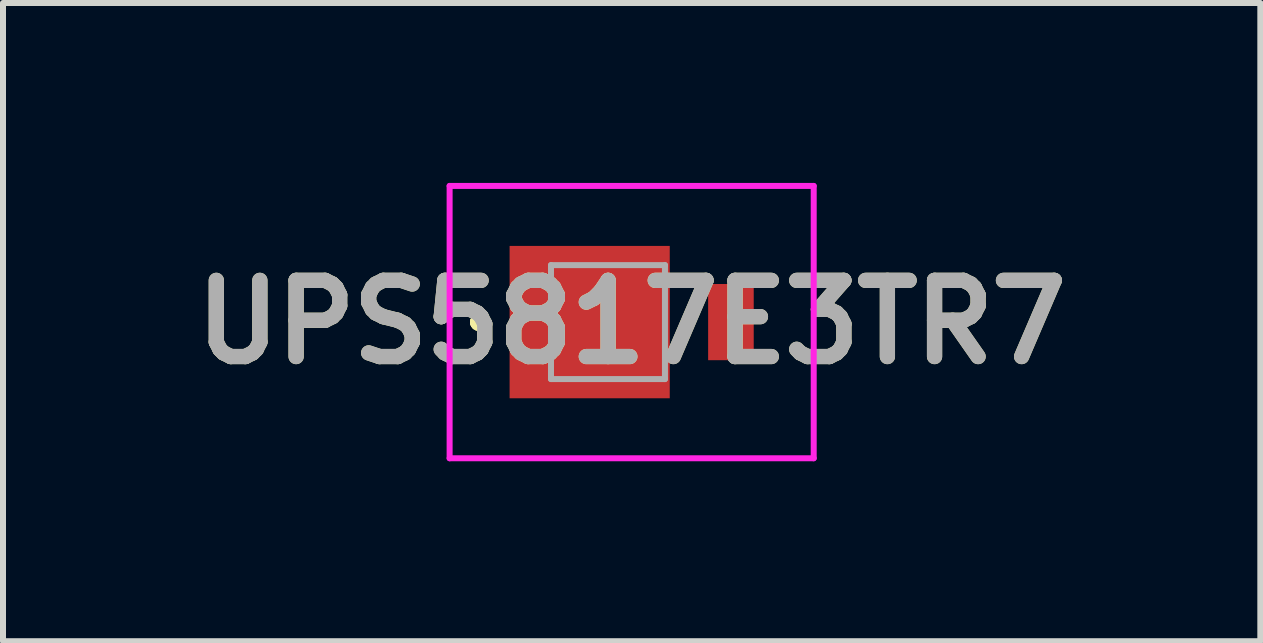
<source format=kicad_pcb>
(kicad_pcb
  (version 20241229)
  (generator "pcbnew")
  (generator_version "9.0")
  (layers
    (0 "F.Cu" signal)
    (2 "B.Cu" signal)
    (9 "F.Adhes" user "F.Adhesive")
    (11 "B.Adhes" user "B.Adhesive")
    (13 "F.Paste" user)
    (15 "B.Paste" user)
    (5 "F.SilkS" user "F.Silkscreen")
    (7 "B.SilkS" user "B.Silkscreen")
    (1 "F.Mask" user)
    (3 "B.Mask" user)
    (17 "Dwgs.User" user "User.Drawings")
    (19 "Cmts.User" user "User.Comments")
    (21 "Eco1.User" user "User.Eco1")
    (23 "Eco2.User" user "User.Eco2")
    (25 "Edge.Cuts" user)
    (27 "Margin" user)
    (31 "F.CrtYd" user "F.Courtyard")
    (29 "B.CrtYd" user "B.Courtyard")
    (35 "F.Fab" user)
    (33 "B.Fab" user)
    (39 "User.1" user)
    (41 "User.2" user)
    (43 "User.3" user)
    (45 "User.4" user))
  (footprint "UPS5817E3TR7"
    (layer "F.Cu")
    (at 7.086 2.32)
    (property "Reference" "UPS5817E3TR7" (at 0.395 0 0) (layer "F.SilkS") (effects (font (size 1.27 1.27) (thickness 0.254))))
    (attr smd)
    (fp_line (start -2.2 0) (end -2.2 0) (stroke (width 0.2) (type solid)) (layer "F.SilkS"))
    (fp_line (start -2.2 0) (end -2.2 0) (stroke (width 0.2) (type solid)) (layer "F.SilkS"))
    (fp_line (start -2.1 0) (end -2.1 0) (stroke (width 0.2) (type solid)) (layer "F.SilkS"))
    (fp_arc (start -2.2 0) (mid -2.15 -0.05) (end -2.1 0) (stroke (width 0.2) (type solid)) (layer "F.SilkS"))
    (fp_arc (start -2.1 0) (mid -2.15 0.05) (end -2.2 0) (stroke (width 0.2) (type solid)) (layer "F.SilkS"))
    (fp_arc (start -2.1 0) (mid -2.15 0.05) (end -2.2 0) (stroke (width 0.2) (type solid)) (layer "F.SilkS"))
    (fp_line (start -2.64 -2.27) (end 3.43 -2.27) (stroke (width 0.1) (type solid)) (layer "F.CrtYd"))
    (fp_line (start -2.64 2.27) (end -2.64 -2.27) (stroke (width 0.1) (type solid)) (layer "F.CrtYd"))
    (fp_line (start 3.43 -2.27) (end 3.43 2.27) (stroke (width 0.1) (type solid)) (layer "F.CrtYd"))
    (fp_line (start 3.43 2.27) (end -2.64 2.27) (stroke (width 0.1) (type solid)) (layer "F.CrtYd"))
    (fp_line (start -0.95 -0.95) (end -0.95 0.95) (stroke (width 0.1) (type solid)) (layer "F.Fab"))
    (fp_line (start -0.95 0.95) (end 0.95 0.95) (stroke (width 0.1) (type solid)) (layer "F.Fab"))
    (fp_line (start 0.95 -0.95) (end -0.95 -0.95) (stroke (width 0.1) (type solid)) (layer "F.Fab"))
    (fp_line (start 0.95 0.95) (end 0.95 -0.95) (stroke (width 0.1) (type solid)) (layer "F.Fab"))
    (fp_text user "${REFERENCE}" (at 0.395 0 0) (layer "F.Fab") (effects (font (size 1.27 1.27) (thickness 0.254))))
    (pad "1" smd rect (at -0.305 0 90) (size 2.54 2.67) (layers "F.Cu" "F.Mask" "F.Paste"))
    (pad "2" smd rect (at 2.05 0) (size 0.76 1.27) (layers "F.Cu" "F.Mask" "F.Paste")))
  (gr_rect
    (start -3 -3)
    (end 17.962 7.64)
    (stroke (width 0.1) (type default))
    (fill no)
    (layer "Edge.Cuts")))
</source>
